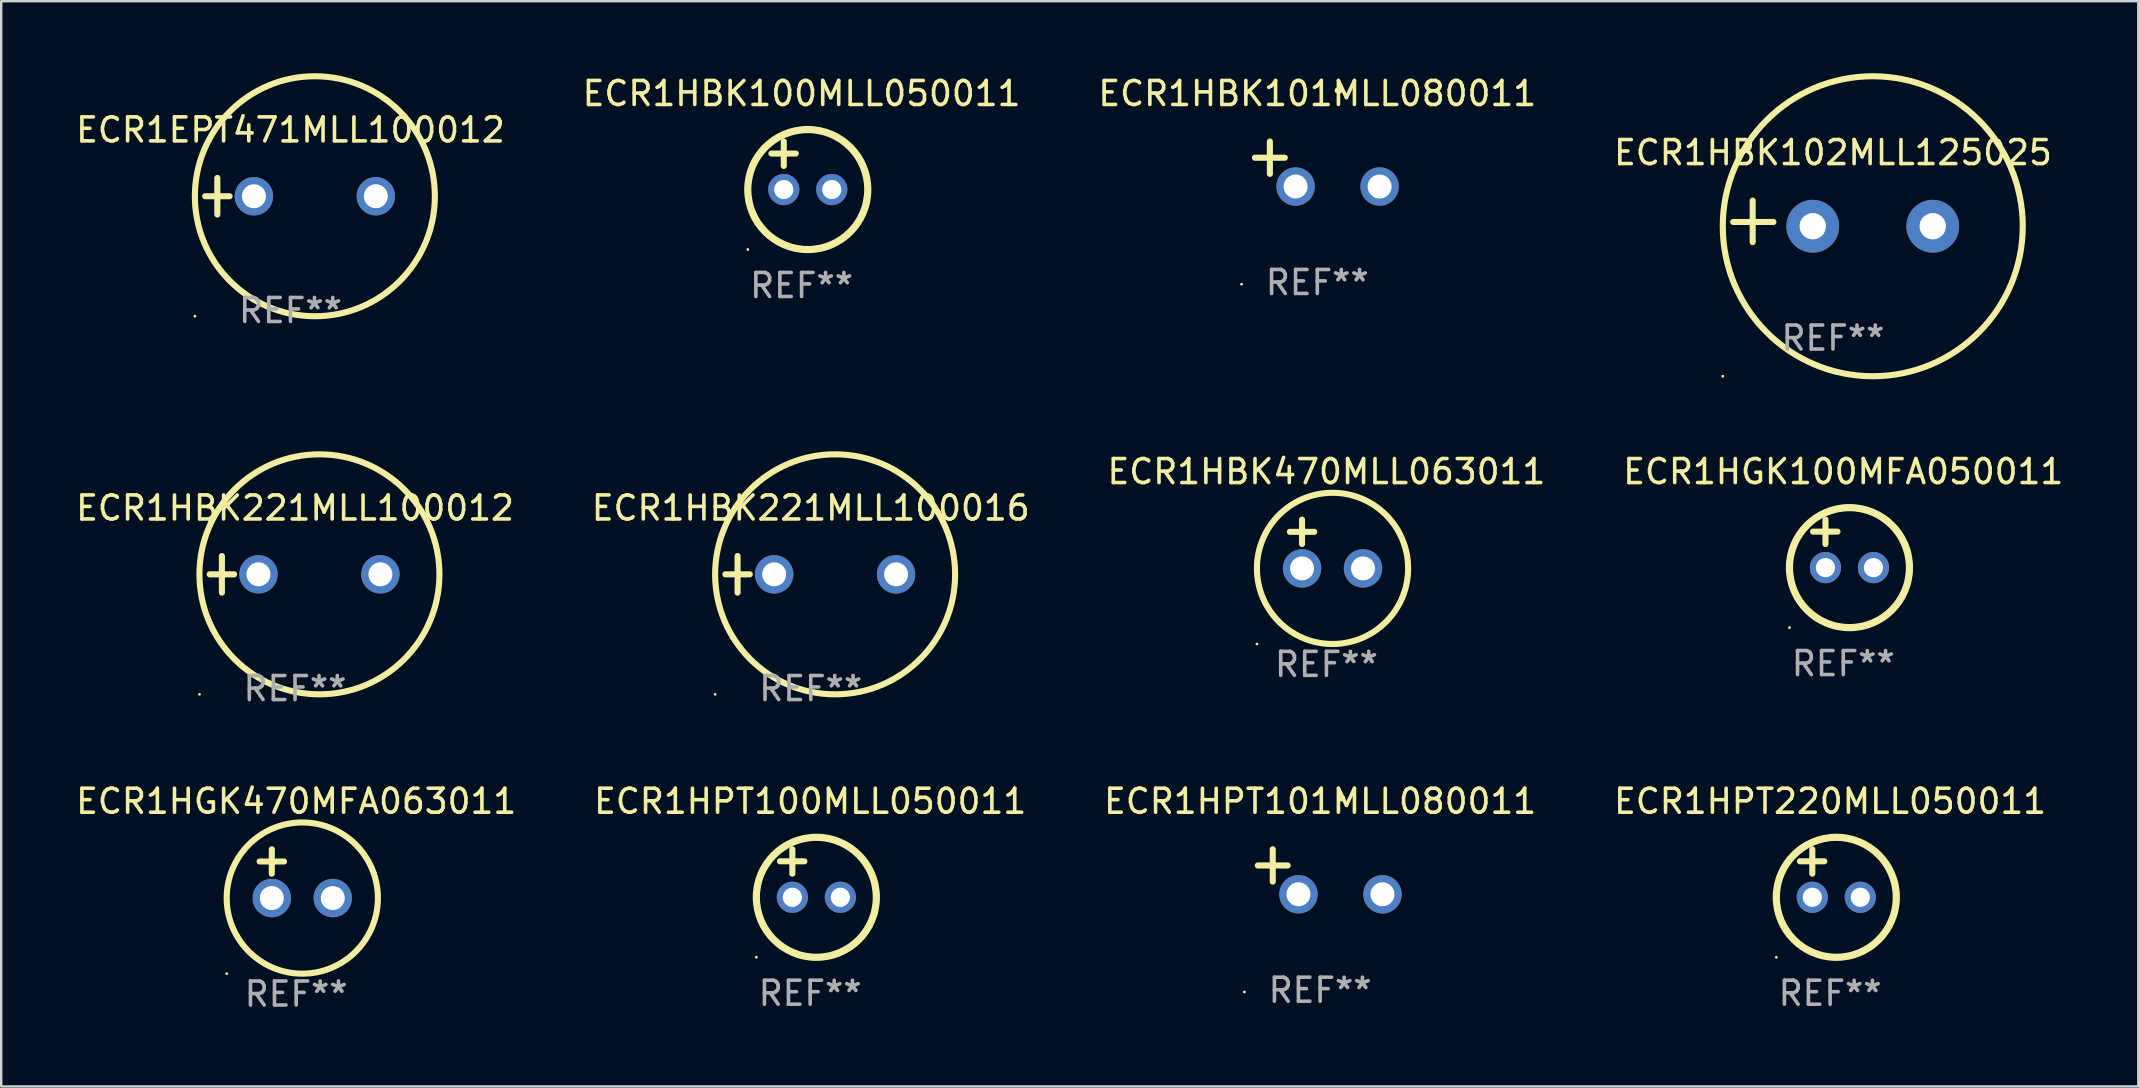
<source format=kicad_pcb>
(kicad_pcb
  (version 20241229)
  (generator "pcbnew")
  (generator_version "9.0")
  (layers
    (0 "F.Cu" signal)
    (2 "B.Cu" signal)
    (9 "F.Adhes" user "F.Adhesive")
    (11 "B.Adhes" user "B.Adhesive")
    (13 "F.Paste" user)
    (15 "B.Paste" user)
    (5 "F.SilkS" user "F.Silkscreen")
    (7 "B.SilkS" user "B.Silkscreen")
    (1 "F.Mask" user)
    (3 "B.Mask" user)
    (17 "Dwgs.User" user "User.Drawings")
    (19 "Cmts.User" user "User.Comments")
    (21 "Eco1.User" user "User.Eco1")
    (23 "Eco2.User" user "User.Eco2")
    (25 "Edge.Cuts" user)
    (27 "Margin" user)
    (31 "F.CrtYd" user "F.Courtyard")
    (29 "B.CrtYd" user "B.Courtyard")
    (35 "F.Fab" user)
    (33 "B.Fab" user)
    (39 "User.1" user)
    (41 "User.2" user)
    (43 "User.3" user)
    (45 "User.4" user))
  (footprint "ECR1HPT101MLL080011"
    (layer "F.Cu")
    (at 51.958 33.276)
    (property "Reference" "ECR1HPT101MLL080011" (at 0 -2.937 0) (layer "F.SilkS") (effects (font (size 1 1) (thickness 0.15))))
    (attr through_hole)
    (fp_line (start -1.975 0.41) (end -1.975 -0.937) (stroke (width 0.254) (type solid)) (layer "F.SilkS"))
    (fp_line (start -1.353 -0.263) (end -2.597 -0.263) (stroke (width 0.254) (type solid)) (layer "F.SilkS"))
    (fp_arc (start 0.849809 -3.063957) (mid 0.885369 -3.064114) (end 0.920929 -3.063957) (stroke (width 0.254001) (type solid)) (layer "F.SilkS"))
    (fp_circle (center -3.154 5.008) (end -3.124 5.008) (stroke (width 0.06) (type solid)) (fill no) (layer "F.SilkS"))
    (fp_text user "REF**" (at 0 4.937 0) (layer "F.Fab") (effects (font (size 1 1) (thickness 0.15))))
    (pad "1" thru_hole circle (at -0.903 0.937) (size 1.6 1.6) (drill 1) (layers "*.Cu" "*.Mask"))
    (pad "2" thru_hole circle (at 2.597 0.937) (size 1.6 1.6) (drill 1) (layers "*.Cu" "*.Mask")))
  (footprint "ECR1HBK221MLL100012"
    (layer "F.Cu")
    (at 9.244 20.881)
    (property "Reference" "ECR1HBK221MLL100012" (at 0 -2.762 0) (layer "F.SilkS") (effects (font (size 1 1) (thickness 0.15))))
    (attr through_hole)
    (fp_line (start -3.556 0) (end -2.54 0) (stroke (width 0.254) (type solid)) (layer "F.SilkS"))
    (fp_line (start -3.048 -0.762) (end -3.048 0.762) (stroke (width 0.254) (type solid)) (layer "F.SilkS"))
    (fp_circle (center -3.984 5) (end -3.954 5) (stroke (width 0.06) (type solid)) (fill no) (layer "F.SilkS"))
    (fp_circle (center 1.016 0) (end 6.016 0) (stroke (width 0.254) (type solid)) (fill no) (layer "F.SilkS"))
    (fp_text user "REF**" (at 0 4.762 0) (layer "F.Fab") (effects (font (size 1 1) (thickness 0.15))))
    (pad "1" thru_hole circle (at -1.524 0) (size 1.6 1.6) (drill 1) (layers "*.Cu" "*.Mask"))
    (pad "2" thru_hole circle (at 3.556 0) (size 1.6 1.6) (drill 1) (layers "*.Cu" "*.Mask")))
  (footprint "ECR1HBK100MLL050011"
    (layer "F.Cu")
    (at 30.351 3.848)
    (property "Reference" "ECR1HBK100MLL050011" (at 0 -3 0) (layer "F.SilkS") (effects (font (size 1 1) (thickness 0.15))))
    (attr through_hole)
    (fp_line (start -1.258 -0.5) (end -0.242 -0.5) (stroke (width 0.254) (type solid)) (layer "F.SilkS"))
    (fp_line (start -0.742 -1) (end -0.742 0.016) (stroke (width 0.254) (type solid)) (layer "F.SilkS"))
    (fp_circle (center -2.242 3.5) (end -2.212 3.5) (stroke (width 0.06) (type solid)) (fill no) (layer "F.SilkS"))
    (fp_circle (center 0.258 1) (end 2.758 1) (stroke (width 0.3) (type solid)) (fill no) (layer "F.SilkS"))
    (fp_text user "REF**" (at 0 5 0) (layer "F.Fab") (effects (font (size 1 1) (thickness 0.15))))
    (pad "1" thru_hole circle (at -0.742 1) (size 1.3 1.3) (drill 0.8) (layers "*.Cu" "*.Mask"))
    (pad "2" thru_hole circle (at 1.258 1) (size 1.3 1.3) (drill 0.8) (layers "*.Cu" "*.Mask")))
  (footprint "ECR1HPT220MLL050011"
    (layer "F.Cu")
    (at 73.208 33.339)
    (property "Reference" "ECR1HPT220MLL050011" (at 0 -3 0) (layer "F.SilkS") (effects (font (size 1 1) (thickness 0.15))))
    (attr through_hole)
    (fp_line (start -1.258 -0.5) (end -0.242 -0.5) (stroke (width 0.254) (type solid)) (layer "F.SilkS"))
    (fp_line (start -0.742 -1) (end -0.742 0.016) (stroke (width 0.254) (type solid)) (layer "F.SilkS"))
    (fp_circle (center -2.242 3.5) (end -2.212 3.5) (stroke (width 0.06) (type solid)) (fill no) (layer "F.SilkS"))
    (fp_circle (center 0.258 1) (end 2.758 1) (stroke (width 0.3) (type solid)) (fill no) (layer "F.SilkS"))
    (fp_text user "REF**" (at 0 5 0) (layer "F.Fab") (effects (font (size 1 1) (thickness 0.15))))
    (pad "1" thru_hole circle (at -0.742 1) (size 1.3 1.3) (drill 0.8) (layers "*.Cu" "*.Mask"))
    (pad "2" thru_hole circle (at 1.258 1) (size 1.3 1.3) (drill 0.8) (layers "*.Cu" "*.Mask")))
  (footprint "ECR1HPT100MLL050011"
    (layer "F.Cu")
    (at 30.708 33.339)
    (property "Reference" "ECR1HPT100MLL050011" (at 0 -3 0) (layer "F.SilkS") (effects (font (size 1 1) (thickness 0.15))))
    (attr through_hole)
    (fp_line (start -1.258 -0.5) (end -0.242 -0.5) (stroke (width 0.254) (type solid)) (layer "F.SilkS"))
    (fp_line (start -0.742 -1) (end -0.742 0.016) (stroke (width 0.254) (type solid)) (layer "F.SilkS"))
    (fp_circle (center -2.242 3.5) (end -2.212 3.5) (stroke (width 0.06) (type solid)) (fill no) (layer "F.SilkS"))
    (fp_circle (center 0.258 1) (end 2.758 1) (stroke (width 0.3) (type solid)) (fill no) (layer "F.SilkS"))
    (fp_text user "REF**" (at 0 5 0) (layer "F.Fab") (effects (font (size 1 1) (thickness 0.15))))
    (pad "1" thru_hole circle (at -0.742 1) (size 1.3 1.3) (drill 0.8) (layers "*.Cu" "*.Mask"))
    (pad "2" thru_hole circle (at 1.258 1) (size 1.3 1.3) (drill 0.8) (layers "*.Cu" "*.Mask")))
  (footprint "ECR1EPT471MLL100012"
    (layer "F.Cu")
    (at 9.054 5.127)
    (property "Reference" "ECR1EPT471MLL100012" (at 0 -2.762 0) (layer "F.SilkS") (effects (font (size 1 1) (thickness 0.15))))
    (attr through_hole)
    (fp_line (start -3.556 0) (end -2.54 0) (stroke (width 0.254) (type solid)) (layer "F.SilkS"))
    (fp_line (start -3.048 -0.762) (end -3.048 0.762) (stroke (width 0.254) (type solid)) (layer "F.SilkS"))
    (fp_circle (center -3.984 5) (end -3.954 5) (stroke (width 0.06) (type solid)) (fill no) (layer "F.SilkS"))
    (fp_circle (center 1.016 0) (end 6.016 0) (stroke (width 0.254) (type solid)) (fill no) (layer "F.SilkS"))
    (fp_text user "REF**" (at 0 4.762 0) (layer "F.Fab") (effects (font (size 1 1) (thickness 0.15))))
    (pad "1" thru_hole circle (at -1.524 0) (size 1.6 1.6) (drill 1) (layers "*.Cu" "*.Mask"))
    (pad "2" thru_hole circle (at 3.556 0) (size 1.6 1.6) (drill 1) (layers "*.Cu" "*.Mask")))
  (footprint "ECR1HGK100MFA050011"
    (layer "F.Cu")
    (at 73.756 19.602)
    (property "Reference" "ECR1HGK100MFA050011" (at 0 -3 0) (layer "F.SilkS") (effects (font (size 1 1) (thickness 0.15))))
    (attr through_hole)
    (fp_line (start -1.258 -0.5) (end -0.242 -0.5) (stroke (width 0.254) (type solid)) (layer "F.SilkS"))
    (fp_line (start -0.742 -1) (end -0.742 0.016) (stroke (width 0.254) (type solid)) (layer "F.SilkS"))
    (fp_circle (center -2.242 3.5) (end -2.212 3.5) (stroke (width 0.06) (type solid)) (fill no) (layer "F.SilkS"))
    (fp_circle (center 0.258 1) (end 2.758 1) (stroke (width 0.3) (type solid)) (fill no) (layer "F.SilkS"))
    (fp_text user "REF**" (at 0 5 0) (layer "F.Fab") (effects (font (size 1 1) (thickness 0.15))))
    (pad "1" thru_hole circle (at -0.742 1) (size 1.3 1.3) (drill 0.8) (layers "*.Cu" "*.Mask"))
    (pad "2" thru_hole circle (at 1.258 1) (size 1.3 1.3) (drill 0.8) (layers "*.Cu" "*.Mask")))
  (footprint "ECR1HGK470MFA063011"
    (layer "F.Cu")
    (at 9.292 33.355)
    (property "Reference" "ECR1HGK470MFA063011" (at 0 -3.016 0) (layer "F.SilkS") (effects (font (size 1 1) (thickness 0.15))))
    (attr through_hole)
    (fp_line (start -1.524 -0.508) (end -0.508 -0.508) (stroke (width 0.254) (type solid)) (layer "F.SilkS"))
    (fp_line (start -1.016 -1.016) (end -1.016 0) (stroke (width 0.254) (type solid)) (layer "F.SilkS"))
    (fp_circle (center -2.896 4.166) (end -2.866 4.166) (stroke (width 0.06) (type solid)) (fill no) (layer "F.SilkS"))
    (fp_circle (center 0.254 1.016) (end 3.404 1.016) (stroke (width 0.254) (type solid)) (fill no) (layer "F.SilkS"))
    (fp_text user "REF**" (at 0 5.016 0) (layer "F.Fab") (effects (font (size 1 1) (thickness 0.15))))
    (pad "1" thru_hole circle (at -1.016 1.016) (size 1.6 1.6) (drill 1) (layers "*.Cu" "*.Mask"))
    (pad "2" thru_hole circle (at 1.524 1.016) (size 1.6 1.6) (drill 1) (layers "*.Cu" "*.Mask")))
  (footprint "ECR1HBK102MLL125025"
    (layer "F.Cu")
    (at 73.327 6.174)
    (property "Reference" "ECR1HBK102MLL125025" (at 0 -2.864 0) (layer "F.SilkS") (effects (font (size 1 1) (thickness 0.15))))
    (attr through_hole)
    (fp_line (start -3.346 0.864) (end -3.346 -0.864) (stroke (width 0.254) (type solid)) (layer "F.SilkS"))
    (fp_line (start -2.482 0.025) (end -4.158 0.025) (stroke (width 0.254) (type solid)) (layer "F.SilkS"))
    (fp_circle (center -4.592 6.453) (end -4.562 6.453) (stroke (width 0.06) (type solid)) (fill no) (layer "F.SilkS"))
    (fp_circle (center 1.658 0.203) (end 7.908 0.203) (stroke (width 0.254) (type solid)) (fill no) (layer "F.SilkS"))
    (fp_text user "REF**" (at 0 4.864 0) (layer "F.Fab") (effects (font (size 1 1) (thickness 0.15))))
    (pad "1" thru_hole circle (at -0.842 0.203) (size 2.2 2.2) (drill 1.1) (layers "*.Cu" "*.Mask"))
    (pad "2" thru_hole circle (at 4.158 0.203) (size 2.2 2.2) (drill 1.1) (layers "*.Cu" "*.Mask")))
  (footprint "ECR1HBK221MLL100016"
    (layer "F.Cu")
    (at 30.732 20.881)
    (property "Reference" "ECR1HBK221MLL100016" (at 0 -2.762 0) (layer "F.SilkS") (effects (font (size 1 1) (thickness 0.15))))
    (attr through_hole)
    (fp_line (start -3.556 0) (end -2.54 0) (stroke (width 0.254) (type solid)) (layer "F.SilkS"))
    (fp_line (start -3.048 -0.762) (end -3.048 0.762) (stroke (width 0.254) (type solid)) (layer "F.SilkS"))
    (fp_circle (center -3.984 5) (end -3.954 5) (stroke (width 0.06) (type solid)) (fill no) (layer "F.SilkS"))
    (fp_circle (center 1.016 0) (end 6.016 0) (stroke (width 0.254) (type solid)) (fill no) (layer "F.SilkS"))
    (fp_text user "REF**" (at 0 4.762 0) (layer "F.Fab") (effects (font (size 1 1) (thickness 0.15))))
    (pad "1" thru_hole circle (at -1.524 0) (size 1.6 1.6) (drill 1) (layers "*.Cu" "*.Mask"))
    (pad "2" thru_hole circle (at 3.556 0) (size 1.6 1.6) (drill 1) (layers "*.Cu" "*.Mask")))
  (footprint "ECR1HBK101MLL080011"
    (layer "F.Cu")
    (at 51.839 3.785)
    (property "Reference" "ECR1HBK101MLL080011" (at 0 -2.937 0) (layer "F.SilkS") (effects (font (size 1 1) (thickness 0.15))))
    (attr through_hole)
    (fp_line (start -1.975 0.41) (end -1.975 -0.937) (stroke (width 0.254) (type solid)) (layer "F.SilkS"))
    (fp_line (start -1.353 -0.263) (end -2.597 -0.263) (stroke (width 0.254) (type solid)) (layer "F.SilkS"))
    (fp_arc (start 0.849809 -3.063957) (mid 0.885369 -3.064114) (end 0.920929 -3.063957) (stroke (width 0.254001) (type solid)) (layer "F.SilkS"))
    (fp_circle (center -3.154 5.008) (end -3.124 5.008) (stroke (width 0.06) (type solid)) (fill no) (layer "F.SilkS"))
    (fp_text user "REF**" (at 0 4.937 0) (layer "F.Fab") (effects (font (size 1 1) (thickness 0.15))))
    (pad "1" thru_hole circle (at -0.903 0.937) (size 1.6 1.6) (drill 1) (layers "*.Cu" "*.Mask"))
    (pad "2" thru_hole circle (at 2.597 0.937) (size 1.6 1.6) (drill 1) (layers "*.Cu" "*.Mask")))
  (footprint "ECR1HBK470MLL063011"
    (layer "F.Cu")
    (at 52.22 19.618)
    (property "Reference" "ECR1HBK470MLL063011" (at 0 -3.016 0) (layer "F.SilkS") (effects (font (size 1 1) (thickness 0.15))))
    (attr through_hole)
    (fp_line (start -1.524 -0.508) (end -0.508 -0.508) (stroke (width 0.254) (type solid)) (layer "F.SilkS"))
    (fp_line (start -1.016 -1.016) (end -1.016 0) (stroke (width 0.254) (type solid)) (layer "F.SilkS"))
    (fp_circle (center -2.896 4.166) (end -2.866 4.166) (stroke (width 0.06) (type solid)) (fill no) (layer "F.SilkS"))
    (fp_circle (center 0.254 1.016) (end 3.404 1.016) (stroke (width 0.254) (type solid)) (fill no) (layer "F.SilkS"))
    (fp_text user "REF**" (at 0 5.016 0) (layer "F.Fab") (effects (font (size 1 1) (thickness 0.15))))
    (pad "1" thru_hole circle (at -1.016 1.016) (size 1.6 1.6) (drill 1) (layers "*.Cu" "*.Mask"))
    (pad "2" thru_hole circle (at 1.524 1.016) (size 1.6 1.6) (drill 1) (layers "*.Cu" "*.Mask")))
  (gr_rect
    (start -3 -3)
    (end 86.048 42.22)
    (stroke (width 0.1) (type default))
    (fill no)
    (layer "Edge.Cuts")))
</source>
